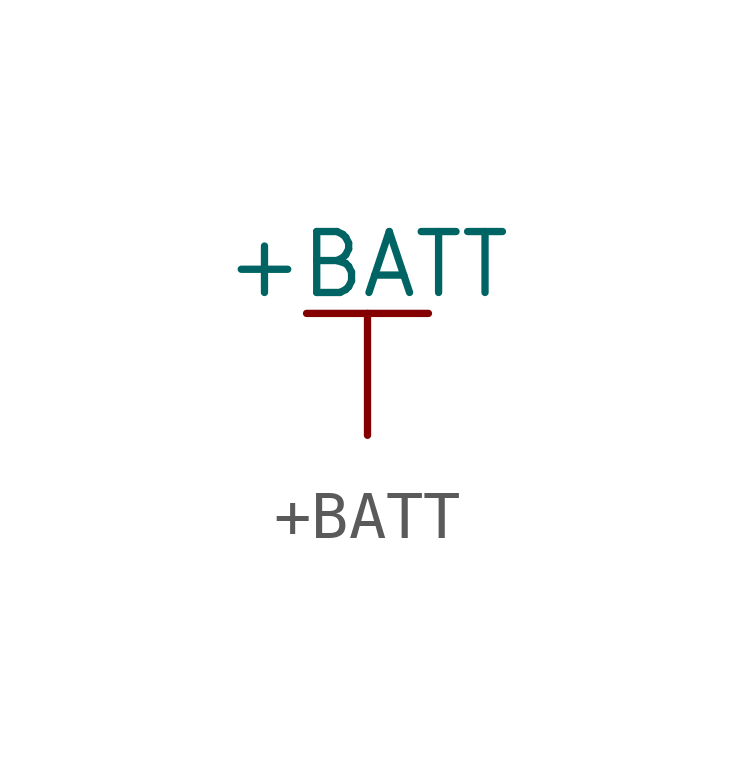
<source format=kicad_sym>
(kicad_symbol_lib
  (version 20220914)
  (generator kicad_symbol_editor)
  (symbol "+BATT"
    (power)
    (pin_names
      (offset 0))
    (property "Reference" "#PWR"
      (at 0 -3.81 0)
      (effects (font (size 1.27 1.27)) hide))
    (property "Value" "+BATT"
      (at 0 3.556 0)
      (effects (font (size 1.27 1.27))))
    (symbol "+BATT_0_1"
      (polyline (pts (xy -1.27 2.54) (xy 1.27 2.54)) (stroke (width 0) (type solid)) (fill (type none)))
      (polyline (pts (xy 0 0) (xy 0 2.54)) (stroke (width 0) (type solid)) (fill (type none))))
    (symbol "+BATT_1_1"
      (pin power_in line (at 0 0 90) (length 0) hide (name "+BATT" (effects (font (size 1.27 1.27)))) (number "1" (effects (font (size 1.27 1.27))))))))
</source>
